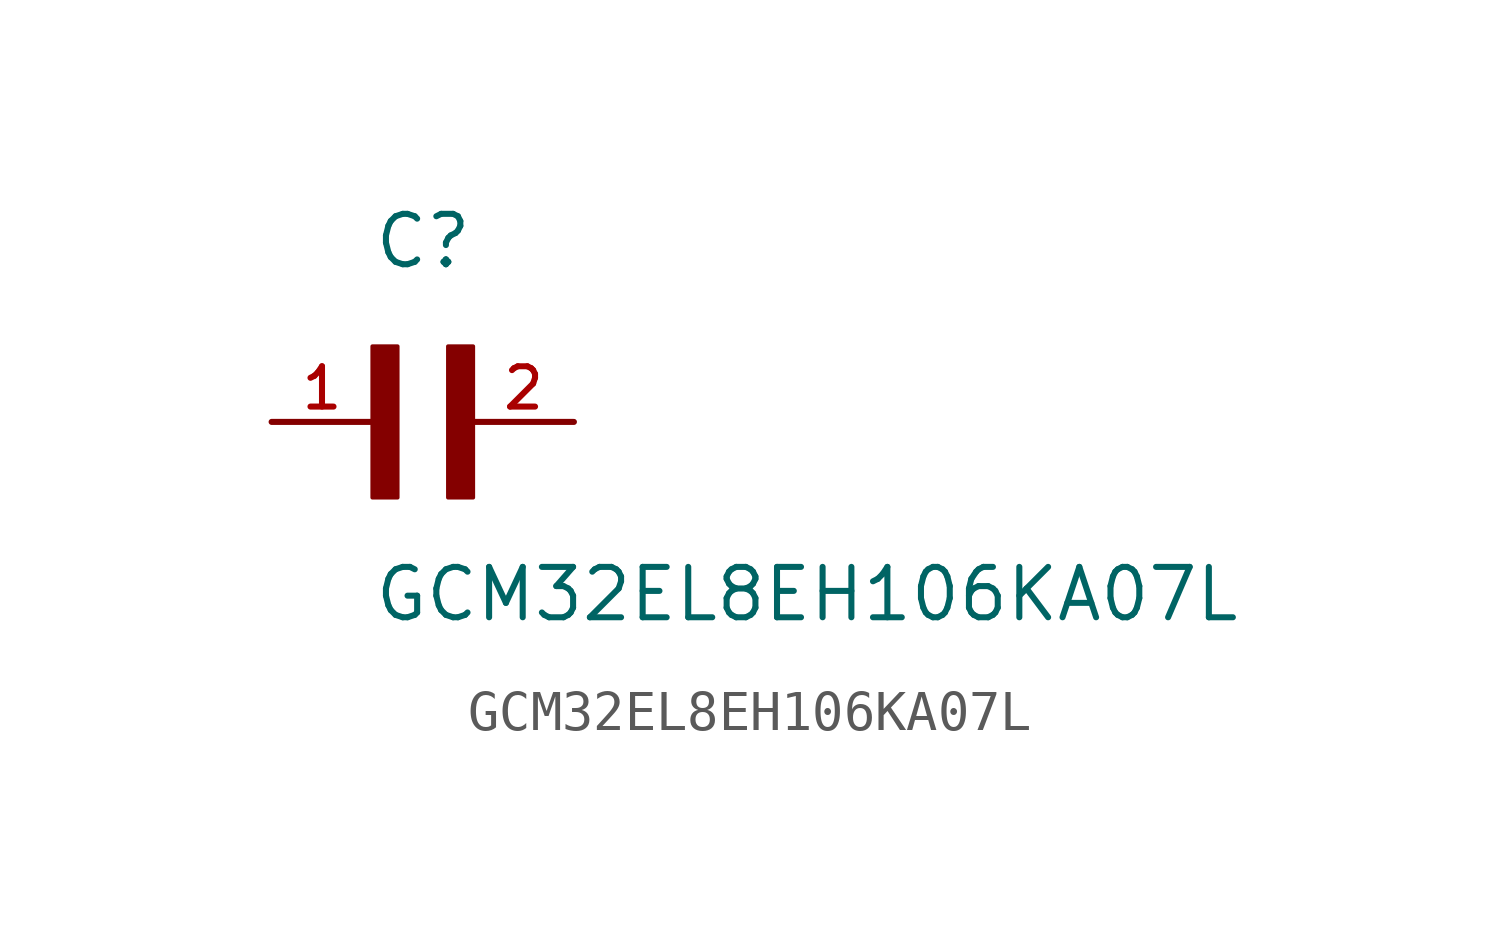
<source format=kicad_sym>
(kicad_symbol_lib
  (version 20211014)
  (generator kicad_symbol_editor)
  (symbol "GCM32EL8EH106KA07L"
    (pin_names
      (offset 1.016))
    (property "Reference" "C"
      (at 0.0 3.811 0)
      (effects (font (size 1.27 1.27)) (justify bottom left)))
    (property "Value" "GCM32EL8EH106KA07L"
      (at 0.0 -5.088 0)
      (effects (font (size 1.27 1.27)) (justify bottom left)))
    (symbol "GCM32EL8EH106KA07L_0_0"
      (rectangle (start 0.0 -1.907) (end 0.635 1.905) (stroke (width 0.1)) (fill (type outline)))
      (rectangle (start 1.907 -1.907) (end 2.54 1.905) (stroke (width 0.1)) (fill (type outline)))
      (pin passive line (at 5.08 0.0 180.0) (length 2.54) (name "~" (effects (font (size 1.016 1.016)))) (number "2" (effects (font (size 1.016 1.016)))))
      (pin passive line (at -2.54 0.0 0) (length 2.54) (name "~" (effects (font (size 1.016 1.016)))) (number "1" (effects (font (size 1.016 1.016))))))))
</source>
